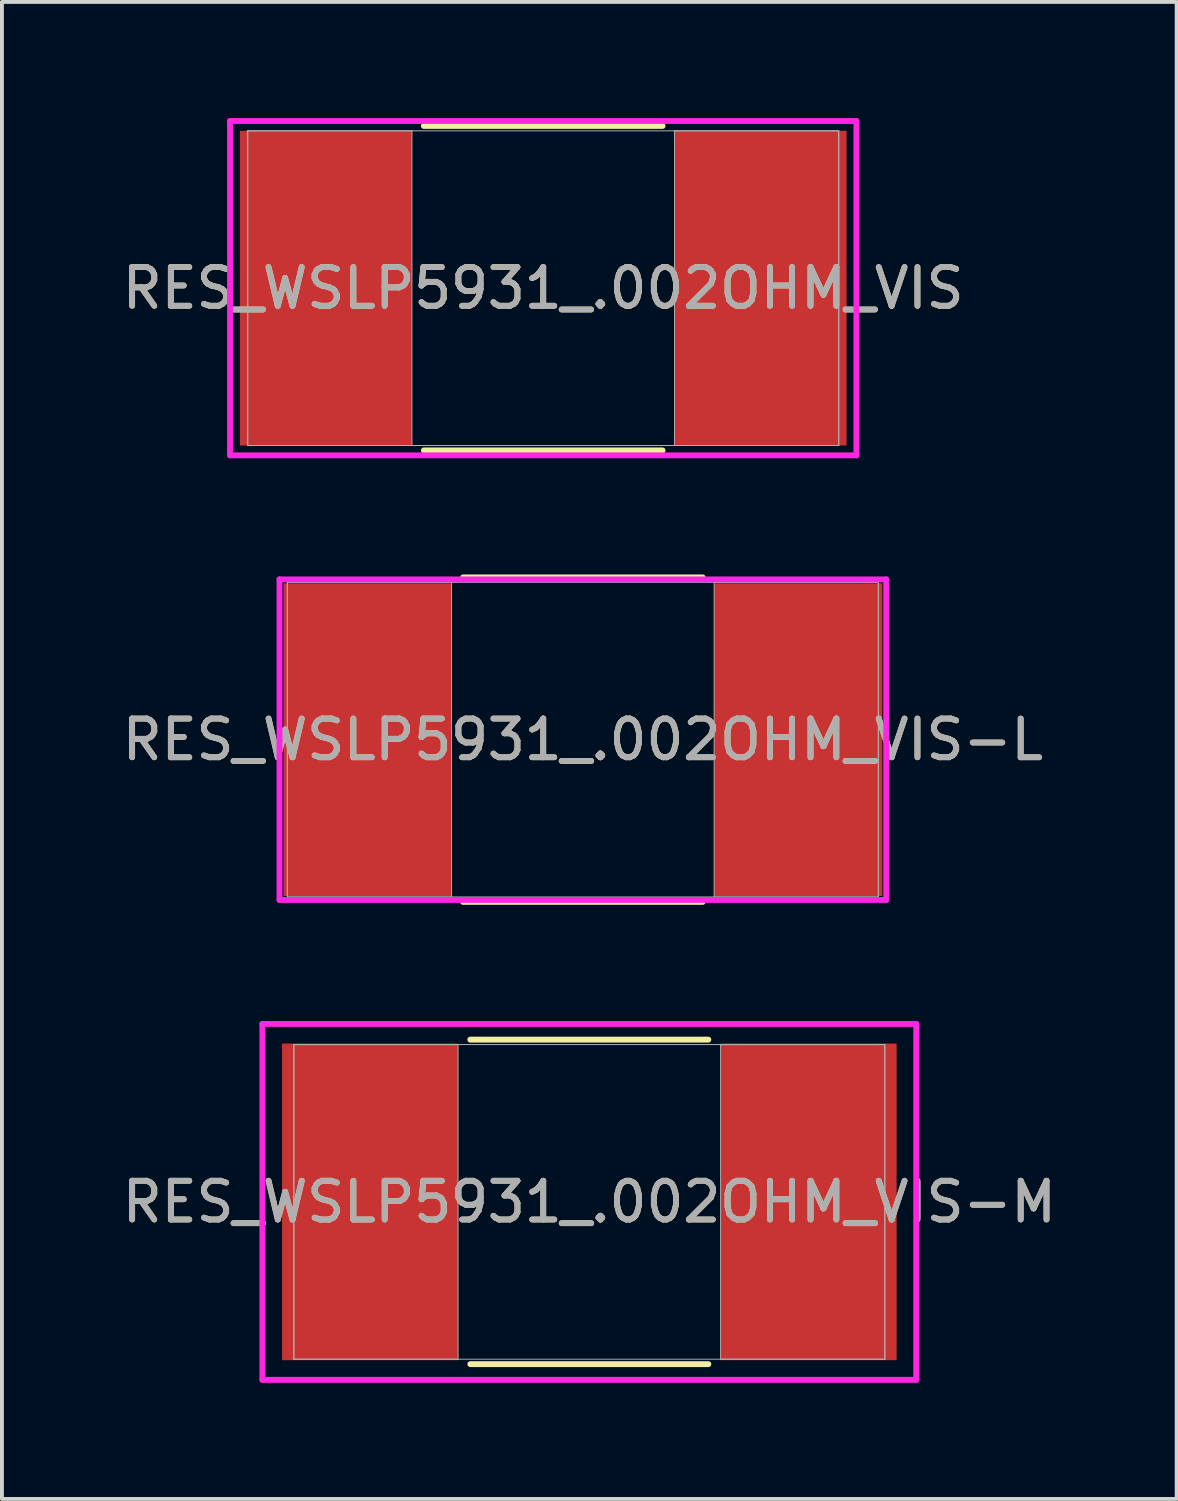
<source format=kicad_pcb>
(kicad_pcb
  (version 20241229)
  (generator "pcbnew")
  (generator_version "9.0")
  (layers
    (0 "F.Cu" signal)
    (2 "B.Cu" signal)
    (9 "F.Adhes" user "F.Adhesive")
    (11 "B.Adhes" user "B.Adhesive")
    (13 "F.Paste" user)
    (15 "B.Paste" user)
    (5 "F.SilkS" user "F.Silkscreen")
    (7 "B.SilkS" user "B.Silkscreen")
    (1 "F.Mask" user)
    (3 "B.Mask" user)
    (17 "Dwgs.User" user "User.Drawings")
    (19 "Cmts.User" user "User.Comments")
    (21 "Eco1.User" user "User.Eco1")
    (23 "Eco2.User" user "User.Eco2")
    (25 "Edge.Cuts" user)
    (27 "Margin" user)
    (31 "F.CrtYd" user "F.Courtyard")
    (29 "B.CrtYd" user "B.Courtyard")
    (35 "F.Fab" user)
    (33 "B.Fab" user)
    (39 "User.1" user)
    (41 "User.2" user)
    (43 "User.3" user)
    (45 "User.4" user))
  (footprint "RES_WSLP5931_.002OHM_VIS"
    (layer "F.Cu")
    (at 10.982 4.394)
    (property "Reference" "RES_WSLP5931_.002OHM_VIS" (at 0 0 0) (unlocked yes) (layer "F.SilkS") (effects (font (size 1 1) (thickness 0.15))))
    (attr smd)
    (fp_line (start -3.083 4.191) (end 3.083 4.191) (stroke (width 0.152) (type solid)) (layer "F.SilkS"))
    (fp_line (start 3.083 -4.191) (end -3.083 -4.191) (stroke (width 0.152) (type solid)) (layer "F.SilkS"))
    (fp_line (start -8.09 -4.318) (end 8.09 -4.318) (stroke (width 0.152) (type solid)) (layer "F.CrtYd"))
    (fp_line (start -8.09 4.318) (end -8.09 -4.318) (stroke (width 0.152) (type solid)) (layer "F.CrtYd"))
    (fp_line (start 8.09 -4.318) (end 8.09 4.318) (stroke (width 0.152) (type solid)) (layer "F.CrtYd"))
    (fp_line (start 8.09 4.318) (end -8.09 4.318) (stroke (width 0.152) (type solid)) (layer "F.CrtYd"))
    (fp_line (start -7.633 -4.064) (end -7.633 4.064) (stroke (width 0.025) (type solid)) (layer "F.Fab"))
    (fp_line (start -7.633 -4.064) (end -7.633 4.064) (stroke (width 0.025) (type solid)) (layer "F.Fab"))
    (fp_line (start -7.633 4.064) (end -3.391 4.064) (stroke (width 0.025) (type solid)) (layer "F.Fab"))
    (fp_line (start -7.633 4.064) (end 7.633 4.064) (stroke (width 0.025) (type solid)) (layer "F.Fab"))
    (fp_line (start -3.391 -4.064) (end -7.633 -4.064) (stroke (width 0.025) (type solid)) (layer "F.Fab"))
    (fp_line (start -3.391 4.064) (end -3.391 -4.064) (stroke (width 0.025) (type solid)) (layer "F.Fab"))
    (fp_line (start 3.391 -4.064) (end 3.391 4.064) (stroke (width 0.025) (type solid)) (layer "F.Fab"))
    (fp_line (start 3.391 4.064) (end 7.633 4.064) (stroke (width 0.025) (type solid)) (layer "F.Fab"))
    (fp_line (start 7.633 -4.064) (end -7.633 -4.064) (stroke (width 0.025) (type solid)) (layer "F.Fab"))
    (fp_line (start 7.633 -4.064) (end 3.391 -4.064) (stroke (width 0.025) (type solid)) (layer "F.Fab"))
    (fp_line (start 7.633 4.064) (end 7.633 -4.064) (stroke (width 0.025) (type solid)) (layer "F.Fab"))
    (fp_line (start 7.633 4.064) (end 7.633 -4.064) (stroke (width 0.025) (type solid)) (layer "F.Fab"))
    (fp_text user "${REFERENCE}" (at 0 0 0) (unlocked yes) (layer "F.Fab") (effects (font (size 1 1) (thickness 0.15))))
    (pad "1" smd rect (at -5.613 0) (size 4.445 8.128) (layers "F.Cu" "F.Mask" "F.Paste"))
    (pad "2" smd rect (at 5.613 0) (size 4.445 8.128) (layers "F.Cu" "F.Mask" "F.Paste"))
    (zone (net_name "") (layer "F.Cu") (hatch full 0.508) (connect_pads) (min_thickness 0.254) (filled_areas_thickness no) (keepout (tracks not_allowed) (vias not_allowed) (pads allowed) (copperpour not_allowed) (footprints allowed)) (placement (enabled no)) (fill) (polygon (pts (xy 7.642 0.381) (xy 14.322 0.381) (xy 14.322 8.407) (xy 7.642 8.407)))))
  (footprint "RES_WSLP5931_.002OHM_VIS-M"
    (layer "F.Cu")
    (at 12.173 27.996)
    (property "Reference" "RES_WSLP5931_.002OHM_VIS-M" (at 0 0 0) (unlocked yes) (layer "F.SilkS") (effects (font (size 1 1) (thickness 0.15))))
    (attr smd)
    (fp_line (start -3.074 4.191) (end 3.074 4.191) (stroke (width 0.152) (type solid)) (layer "F.SilkS"))
    (fp_line (start 3.074 -4.191) (end -3.074 -4.191) (stroke (width 0.152) (type solid)) (layer "F.SilkS"))
    (fp_line (start -8.445 -4.597) (end 8.445 -4.597) (stroke (width 0.152) (type solid)) (layer "F.CrtYd"))
    (fp_line (start -8.445 4.597) (end -8.445 -4.597) (stroke (width 0.152) (type solid)) (layer "F.CrtYd"))
    (fp_line (start 8.445 -4.597) (end 8.445 4.597) (stroke (width 0.152) (type solid)) (layer "F.CrtYd"))
    (fp_line (start 8.445 4.597) (end -8.445 4.597) (stroke (width 0.152) (type solid)) (layer "F.CrtYd"))
    (fp_line (start -7.633 -4.064) (end -7.633 4.064) (stroke (width 0.025) (type solid)) (layer "F.Fab"))
    (fp_line (start -7.633 -4.064) (end -7.633 4.064) (stroke (width 0.025) (type solid)) (layer "F.Fab"))
    (fp_line (start -7.633 4.064) (end -3.391 4.064) (stroke (width 0.025) (type solid)) (layer "F.Fab"))
    (fp_line (start -7.633 4.064) (end 7.633 4.064) (stroke (width 0.025) (type solid)) (layer "F.Fab"))
    (fp_line (start -3.391 -4.064) (end -7.633 -4.064) (stroke (width 0.025) (type solid)) (layer "F.Fab"))
    (fp_line (start -3.391 4.064) (end -3.391 -4.064) (stroke (width 0.025) (type solid)) (layer "F.Fab"))
    (fp_line (start 3.391 -4.064) (end 3.391 4.064) (stroke (width 0.025) (type solid)) (layer "F.Fab"))
    (fp_line (start 3.391 4.064) (end 7.633 4.064) (stroke (width 0.025) (type solid)) (layer "F.Fab"))
    (fp_line (start 7.633 -4.064) (end -7.633 -4.064) (stroke (width 0.025) (type solid)) (layer "F.Fab"))
    (fp_line (start 7.633 -4.064) (end 3.391 -4.064) (stroke (width 0.025) (type solid)) (layer "F.Fab"))
    (fp_line (start 7.633 4.064) (end 7.633 -4.064) (stroke (width 0.025) (type solid)) (layer "F.Fab"))
    (fp_line (start 7.633 4.064) (end 7.633 -4.064) (stroke (width 0.025) (type solid)) (layer "F.Fab"))
    (fp_text user "${REFERENCE}" (at 0 0 0) (unlocked yes) (layer "F.Fab") (effects (font (size 1 1) (thickness 0.15))))
    (pad "1" smd rect (at -5.664 0) (size 4.547 8.179) (layers "F.Cu" "F.Mask" "F.Paste"))
    (pad "2" smd rect (at 5.664 0) (size 4.547 8.179) (layers "F.Cu" "F.Mask" "F.Paste"))
    (zone (net_name "") (layer "F.Cu") (hatch full 0.508) (connect_pads) (min_thickness 0.254) (filled_areas_thickness no) (keepout (tracks not_allowed) (vias not_allowed) (pads allowed) (copperpour not_allowed) (footprints allowed)) (placement (enabled no)) (fill) (polygon (pts (xy 8.833 23.983) (xy 15.513 23.983) (xy 15.513 32.01) (xy 8.833 32.01)))))
  (footprint "RES_WSLP5931_.002OHM_VIS-L"
    (layer "F.Cu")
    (at 12.006 16.056)
    (property "Reference" "RES_WSLP5931_.002OHM_VIS-L" (at 0 0 0) (unlocked yes) (layer "F.SilkS") (effects (font (size 1 1) (thickness 0.15))))
    (attr smd)
    (fp_line (start -3.095 4.191) (end 3.095 4.191) (stroke (width 0.152) (type solid)) (layer "F.SilkS"))
    (fp_line (start 3.095 -4.191) (end -3.095 -4.191) (stroke (width 0.152) (type solid)) (layer "F.SilkS"))
    (fp_line (start -7.836 -4.14) (end 7.836 -4.14) (stroke (width 0.152) (type solid)) (layer "F.CrtYd"))
    (fp_line (start -7.836 4.14) (end -7.836 -4.14) (stroke (width 0.152) (type solid)) (layer "F.CrtYd"))
    (fp_line (start 7.836 -4.14) (end 7.836 4.14) (stroke (width 0.152) (type solid)) (layer "F.CrtYd"))
    (fp_line (start 7.836 4.14) (end -7.836 4.14) (stroke (width 0.152) (type solid)) (layer "F.CrtYd"))
    (fp_line (start -7.633 -4.064) (end -7.633 4.064) (stroke (width 0.025) (type solid)) (layer "F.Fab"))
    (fp_line (start -7.633 -4.064) (end -7.633 4.064) (stroke (width 0.025) (type solid)) (layer "F.Fab"))
    (fp_line (start -7.633 4.064) (end -3.391 4.064) (stroke (width 0.025) (type solid)) (layer "F.Fab"))
    (fp_line (start -7.633 4.064) (end 7.633 4.064) (stroke (width 0.025) (type solid)) (layer "F.Fab"))
    (fp_line (start -3.391 -4.064) (end -7.633 -4.064) (stroke (width 0.025) (type solid)) (layer "F.Fab"))
    (fp_line (start -3.391 4.064) (end -3.391 -4.064) (stroke (width 0.025) (type solid)) (layer "F.Fab"))
    (fp_line (start 3.391 -4.064) (end 3.391 4.064) (stroke (width 0.025) (type solid)) (layer "F.Fab"))
    (fp_line (start 3.391 4.064) (end 7.633 4.064) (stroke (width 0.025) (type solid)) (layer "F.Fab"))
    (fp_line (start 7.633 -4.064) (end -7.633 -4.064) (stroke (width 0.025) (type solid)) (layer "F.Fab"))
    (fp_line (start 7.633 -4.064) (end 3.391 -4.064) (stroke (width 0.025) (type solid)) (layer "F.Fab"))
    (fp_line (start 7.633 4.064) (end 7.633 -4.064) (stroke (width 0.025) (type solid)) (layer "F.Fab"))
    (fp_line (start 7.633 4.064) (end 7.633 -4.064) (stroke (width 0.025) (type solid)) (layer "F.Fab"))
    (fp_text user "${REFERENCE}" (at 0 0 0) (unlocked yes) (layer "F.Fab") (effects (font (size 1 1) (thickness 0.15))))
    (pad "1" smd rect (at -5.563 0) (size 4.343 8.077) (layers "F.Cu" "F.Mask" "F.Paste"))
    (pad "2" smd rect (at 5.563 0) (size 4.343 8.077) (layers "F.Cu" "F.Mask" "F.Paste"))
    (zone (net_name "") (layer "F.Cu") (hatch full 0.508) (connect_pads) (min_thickness 0.254) (filled_areas_thickness no) (keepout (tracks not_allowed) (vias not_allowed) (pads allowed) (copperpour not_allowed) (footprints allowed)) (placement (enabled no)) (fill) (polygon (pts (xy 8.666 12.042) (xy 15.346 12.042) (xy 15.346 20.069) (xy 8.666 20.069)))))
  (gr_rect
    (start -3 -3)
    (end 27.345 35.67)
    (stroke (width 0.1) (type default))
    (fill no)
    (layer "Edge.Cuts")))
</source>
